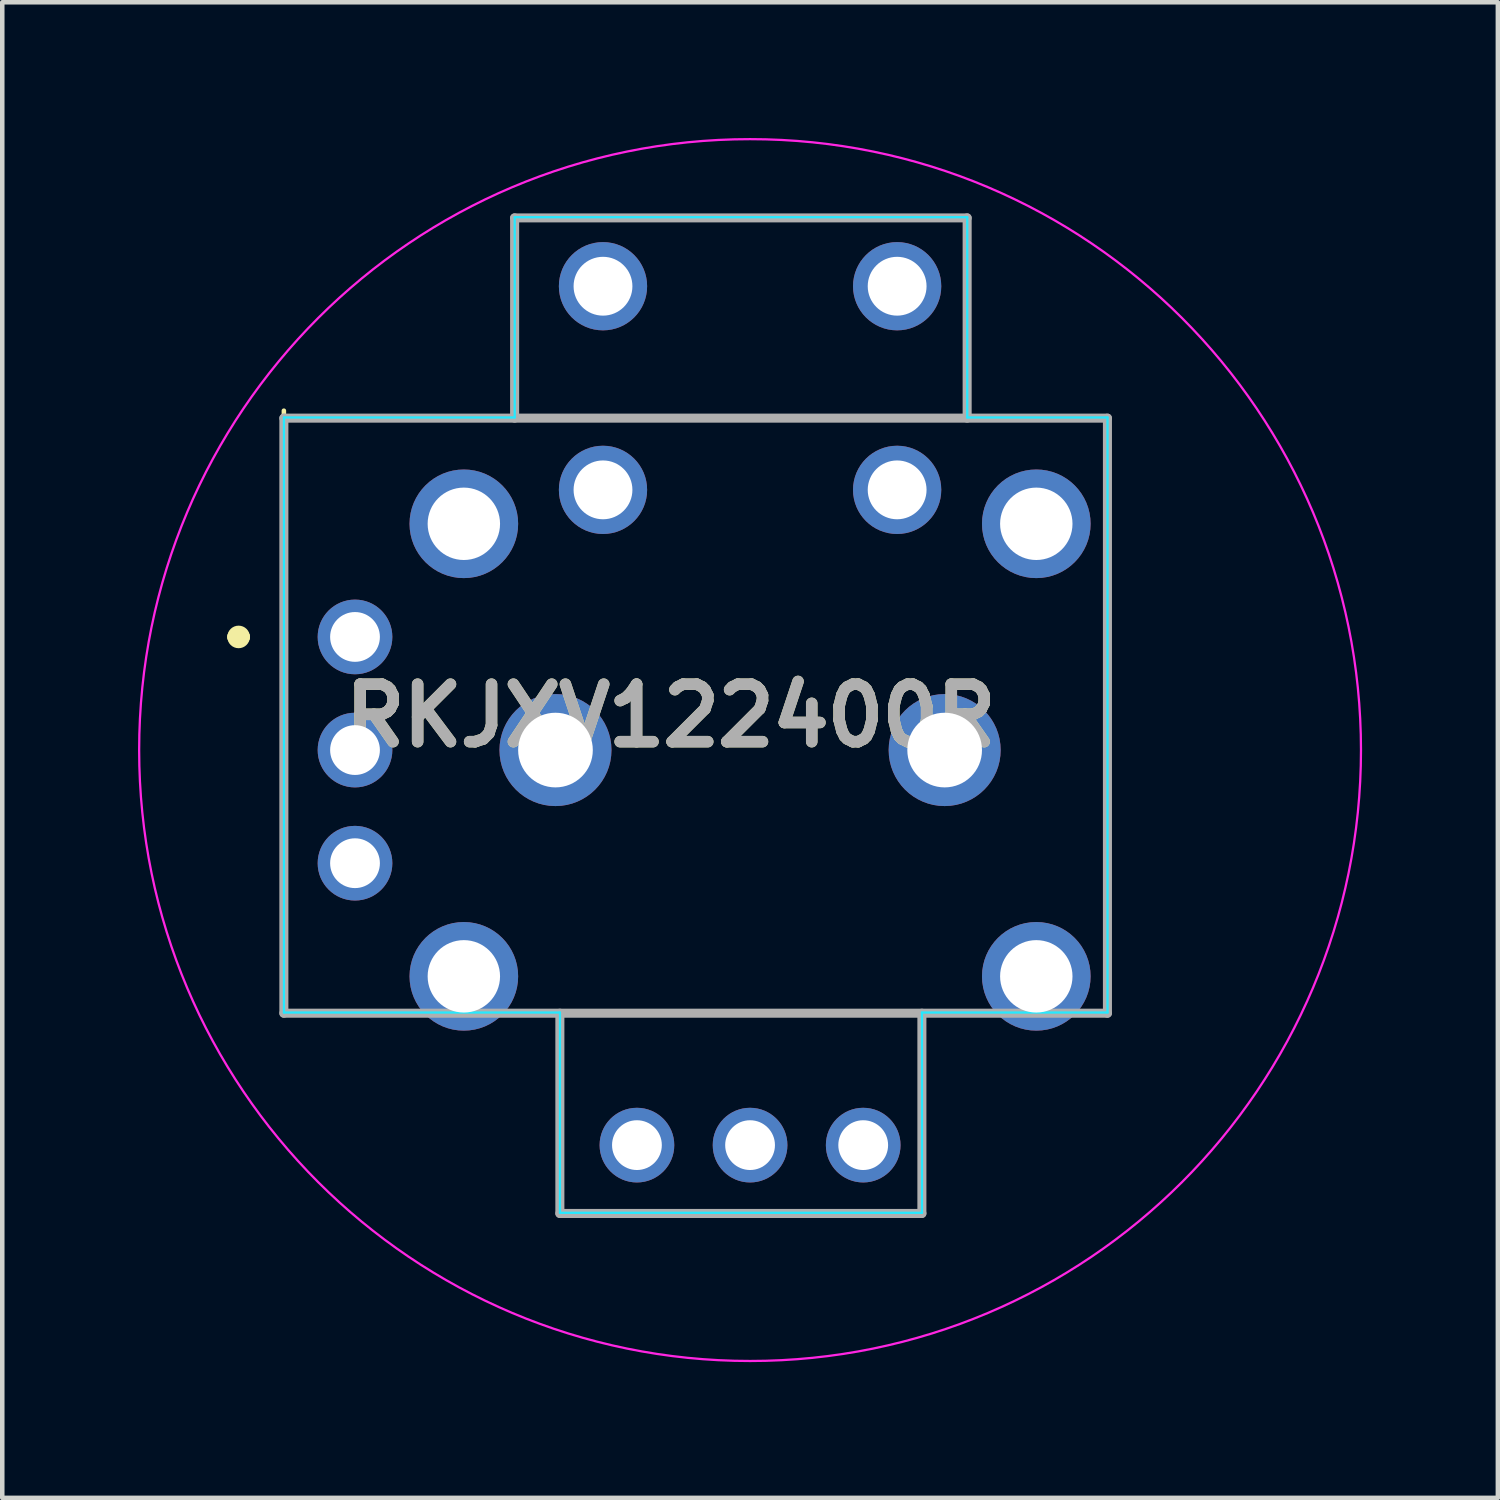
<source format=kicad_pcb>
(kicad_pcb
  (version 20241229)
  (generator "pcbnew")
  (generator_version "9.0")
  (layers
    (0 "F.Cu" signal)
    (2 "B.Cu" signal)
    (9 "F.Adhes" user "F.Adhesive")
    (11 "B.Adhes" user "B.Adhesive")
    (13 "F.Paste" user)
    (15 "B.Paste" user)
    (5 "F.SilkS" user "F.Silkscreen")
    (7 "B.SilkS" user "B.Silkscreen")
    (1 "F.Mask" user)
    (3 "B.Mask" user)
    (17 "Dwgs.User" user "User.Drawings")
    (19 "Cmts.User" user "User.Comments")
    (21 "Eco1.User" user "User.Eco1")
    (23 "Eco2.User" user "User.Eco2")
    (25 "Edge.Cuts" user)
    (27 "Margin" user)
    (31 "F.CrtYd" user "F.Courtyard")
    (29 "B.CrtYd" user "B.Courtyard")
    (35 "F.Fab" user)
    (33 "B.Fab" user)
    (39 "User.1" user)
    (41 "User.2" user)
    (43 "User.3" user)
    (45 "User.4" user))
  (footprint "RKJXV122400R"
    (layer "F.Cu")
    (at 13.525 13.525)
    (property "Reference" "RKJXV122400R" (at -1.752 -0.76 180) (layer "F.SilkS") (effects (font (size 1.27 1.27) (thickness 0.254))))
    (attr through_hole)
    (fp_line (start -11.402 -2.5) (end -11.402 -2.5) (stroke (width 0.3) (type solid)) (layer "F.SilkS"))
    (fp_line (start -11.203 -2.5) (end -11.203 -2.5) (stroke (width 0.3) (type solid)) (layer "F.SilkS"))
    (fp_line (start -10.302 5.815) (end -10.302 -7.5) (stroke (width 0.1) (type solid)) (layer "F.SilkS"))
    (fp_line (start 7.897 -7.335) (end -5.203 -7.335) (stroke (width 0.1) (type solid)) (layer "F.SilkS"))
    (fp_line (start 7.897 2.5) (end 7.897 -7.335) (stroke (width 0.1) (type solid)) (layer "F.SilkS"))
    (fp_arc (start -11.402 -2.5) (mid -11.3025 -2.5995) (end -11.203 -2.5) (stroke (width 0.3) (type solid)) (layer "F.SilkS"))
    (fp_arc (start -11.203 -2.5) (mid -11.3025 -2.4005) (end -11.402 -2.5) (stroke (width 0.3) (type solid)) (layer "F.SilkS"))
    (fp_line (start -10.3 -7.35) (end -5.201 -7.35) (stroke (width 0.05) (type solid)) (layer "B.CrtYd"))
    (fp_line (start -10.3 5.8) (end -10.3 -7.35) (stroke (width 0.05) (type solid)) (layer "B.CrtYd"))
    (fp_line (start -5.201 -11.775) (end -5.201 -7.35) (stroke (width 0.05) (type solid)) (layer "B.CrtYd"))
    (fp_line (start -4.201 5.8) (end -10.3 5.8) (stroke (width 0.05) (type solid)) (layer "B.CrtYd"))
    (fp_line (start -4.201 10.225) (end -4.201 5.8) (stroke (width 0.05) (type solid)) (layer "B.CrtYd"))
    (fp_line (start 3.799 5.8) (end 3.799 10.225) (stroke (width 0.05) (type solid)) (layer "B.CrtYd"))
    (fp_line (start 3.799 5.8) (end 7.899 5.8) (stroke (width 0.05) (type solid)) (layer "B.CrtYd"))
    (fp_line (start 3.799 10.225) (end -4.201 10.225) (stroke (width 0.05) (type solid)) (layer "B.CrtYd"))
    (fp_line (start 4.799 -11.775) (end -5.201 -11.775) (stroke (width 0.05) (type solid)) (layer "B.CrtYd"))
    (fp_line (start 4.799 -7.35) (end 4.799 -11.775) (stroke (width 0.05) (type solid)) (layer "B.CrtYd"))
    (fp_line (start 4.799 -7.35) (end 7.899 -7.35) (stroke (width 0.05) (type solid)) (layer "B.CrtYd"))
    (fp_line (start 7.899 -7.35) (end 7.899 5.8) (stroke (width 0.05) (type solid)) (layer "B.CrtYd"))
    (fp_circle (center 0 0) (end 13.5 0) (stroke (width 0.05) (type solid)) (fill no) (layer "F.CrtYd"))
    (fp_line (start -10.302 -7.335) (end 7.897 -7.335) (stroke (width 0.2) (type solid)) (layer "F.Fab"))
    (fp_line (start -10.302 5.815) (end -10.302 -7.335) (stroke (width 0.2) (type solid)) (layer "F.Fab"))
    (fp_line (start -5.203 -11.76) (end -5.203 -7.335) (stroke (width 0.2) (type solid)) (layer "F.Fab"))
    (fp_line (start -4.203 10.24) (end -4.203 5.815) (stroke (width 0.2) (type solid)) (layer "F.Fab"))
    (fp_line (start 3.797 5.815) (end 3.797 10.24) (stroke (width 0.2) (type solid)) (layer "F.Fab"))
    (fp_line (start 3.797 10.24) (end -4.203 10.24) (stroke (width 0.2) (type solid)) (layer "F.Fab"))
    (fp_line (start 4.797 -11.76) (end -5.203 -11.76) (stroke (width 0.2) (type solid)) (layer "F.Fab"))
    (fp_line (start 4.797 -7.335) (end 4.797 -11.76) (stroke (width 0.2) (type solid)) (layer "F.Fab"))
    (fp_line (start 7.897 -7.335) (end 7.897 5.815) (stroke (width 0.2) (type solid)) (layer "F.Fab"))
    (fp_line (start 7.897 5.815) (end -10.302 5.815) (stroke (width 0.2) (type solid)) (layer "F.Fab"))
    (fp_text user "${REFERENCE}" (at -1.752 -0.76 180) (layer "F.Fab") (effects (font (size 1.27 1.27) (thickness 0.254))))
    (pad "A1" thru_hole circle (at 3.25 -5.75 180) (size 1.95 1.95) (drill 1.3) (layers "*.Cu" "*.Mask"))
    (pad "A11" thru_hole circle (at -8.73 -2.5 180) (size 1.65 1.65) (drill 1.1) (layers "*.Cu" "*.Mask"))
    (pad "A12" thru_hole circle (at -8.73 0 180) (size 1.65 1.65) (drill 1.1) (layers "*.Cu" "*.Mask"))
    (pad "A13" thru_hole circle (at -8.73 2.5 180) (size 1.65 1.65) (drill 1.1) (layers "*.Cu" "*.Mask"))
    (pad "B1" thru_hole circle (at 3.25 -10.25 180) (size 1.95 1.95) (drill 1.3) (layers "*.Cu" "*.Mask"))
    (pad "B11" thru_hole circle (at -2.5 8.73 180) (size 1.65 1.65) (drill 1.1) (layers "*.Cu" "*.Mask"))
    (pad "B12" thru_hole circle (at 0 8.73 180) (size 1.65 1.65) (drill 1.1) (layers "*.Cu" "*.Mask"))
    (pad "B13" thru_hole circle (at 2.5 8.73 180) (size 1.65 1.65) (drill 1.1) (layers "*.Cu" "*.Mask"))
    (pad "C1" thru_hole circle (at -3.25 -5.75 180) (size 1.95 1.95) (drill 1.3) (layers "*.Cu" "*.Mask"))
    (pad "D1" thru_hole circle (at -3.25 -10.25 180) (size 1.95 1.95) (drill 1.3) (layers "*.Cu" "*.Mask"))
    (pad "MH1" thru_hole circle (at 6.325 -5 180) (size 2.4 2.4) (drill 1.6) (layers "*.Cu" "*.Mask"))
    (pad "MH2" thru_hole circle (at 6.325 5 180) (size 2.4 2.4) (drill 1.6) (layers "*.Cu" "*.Mask"))
    (pad "MH3" thru_hole circle (at -6.325 -5 180) (size 2.4 2.4) (drill 1.6) (layers "*.Cu" "*.Mask"))
    (pad "MH4" thru_hole circle (at -6.325 5 180) (size 2.4 2.4) (drill 1.6) (layers "*.Cu" "*.Mask"))
    (pad "MH5" thru_hole circle (at 4.3 0 180) (size 2.475 2.475) (drill 1.65) (layers "*.Cu" "*.Mask"))
    (pad "MH6" thru_hole circle (at -4.3 0 180) (size 2.475 2.475) (drill 1.65) (layers "*.Cu" "*.Mask")))
  (gr_rect
    (start -3 -3)
    (end 30.05 30.05)
    (stroke (width 0.1) (type default))
    (fill no)
    (layer "Edge.Cuts")))
</source>
